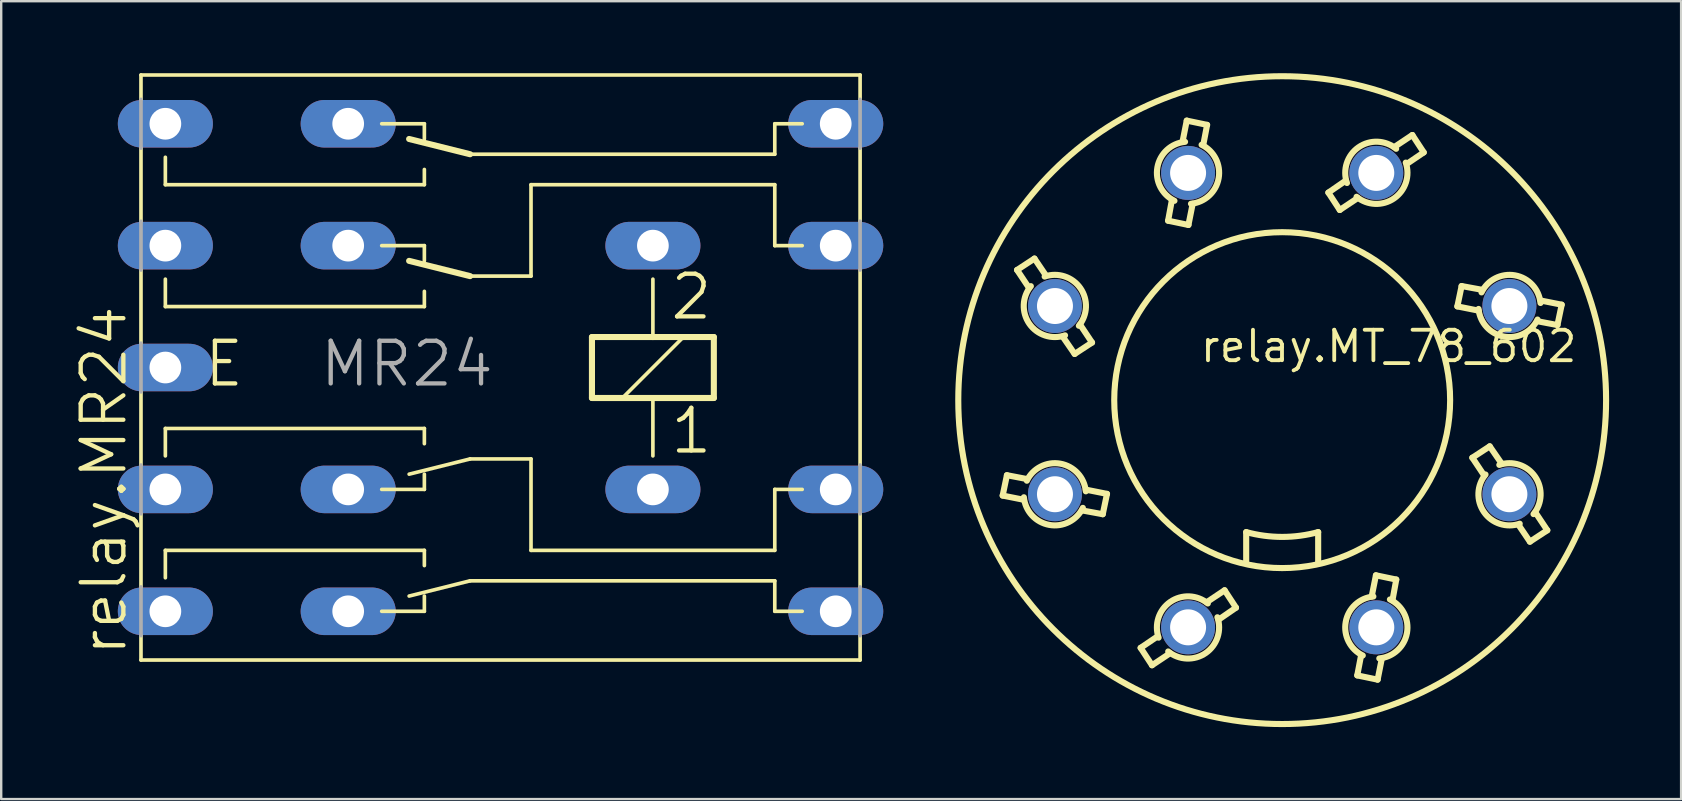
<source format=kicad_pcb>
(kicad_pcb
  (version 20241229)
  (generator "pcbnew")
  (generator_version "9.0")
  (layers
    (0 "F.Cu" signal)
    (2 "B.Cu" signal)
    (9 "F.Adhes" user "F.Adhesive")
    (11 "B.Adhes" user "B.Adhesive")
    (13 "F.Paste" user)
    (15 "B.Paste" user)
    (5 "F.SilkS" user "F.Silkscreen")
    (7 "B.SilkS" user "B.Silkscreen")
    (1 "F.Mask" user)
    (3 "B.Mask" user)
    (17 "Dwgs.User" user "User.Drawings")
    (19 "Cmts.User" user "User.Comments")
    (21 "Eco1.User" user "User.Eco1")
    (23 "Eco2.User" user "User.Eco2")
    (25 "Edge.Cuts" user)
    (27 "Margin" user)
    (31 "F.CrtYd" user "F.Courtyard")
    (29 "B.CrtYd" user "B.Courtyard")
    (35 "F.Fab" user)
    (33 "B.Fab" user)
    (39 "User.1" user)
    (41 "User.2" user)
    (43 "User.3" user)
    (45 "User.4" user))
  (footprint "relay.MR24"
    (layer "F.Cu")
    (at 8.922 12.268)
    (property "Reference" "relay.MR24" (at -6.604 12.116 90) (layer "F.SilkS") (effects (font (size 1.778 1.778) (thickness 0.18)) (justify left bottom)))
    (attr through_hole)
    (fp_line (start -6.096 -12.192) (end -6.096 -11.176) (stroke (width 0.152) (type default)) (layer "F.SilkS"))
    (fp_line (start -6.096 -9.144) (end -6.096 -6.096) (stroke (width 0.152) (type default)) (layer "F.SilkS"))
    (fp_line (start -6.096 -1.016) (end -6.096 -4.064) (stroke (width 0.152) (type default)) (layer "F.SilkS"))
    (fp_line (start -6.096 4.064) (end -6.096 1.016) (stroke (width 0.152) (type default)) (layer "F.SilkS"))
    (fp_line (start -6.096 9.144) (end -6.096 6.096) (stroke (width 0.152) (type default)) (layer "F.SilkS"))
    (fp_line (start -6.096 12.192) (end -6.096 11.176) (stroke (width 0.152) (type default)) (layer "F.SilkS"))
    (fp_line (start -6.096 12.192) (end 23.876 12.192) (stroke (width 0.152) (type default)) (layer "F.SilkS"))
    (fp_line (start -5.08 -8.763) (end -5.08 -7.62) (stroke (width 0.152) (type default)) (layer "F.SilkS"))
    (fp_line (start -5.08 -3.683) (end -5.08 -2.54) (stroke (width 0.152) (type default)) (layer "F.SilkS"))
    (fp_line (start -5.08 2.54) (end -5.08 3.683) (stroke (width 0.152) (type default)) (layer "F.SilkS"))
    (fp_line (start -5.08 7.62) (end -5.08 8.763) (stroke (width 0.152) (type default)) (layer "F.SilkS"))
    (fp_line (start 3.937 -10.16) (end 5.715 -10.16) (stroke (width 0.152) (type default)) (layer "F.SilkS"))
    (fp_line (start 3.937 -5.08) (end 5.715 -5.08) (stroke (width 0.152) (type default)) (layer "F.SilkS"))
    (fp_line (start 3.937 5.08) (end 5.715 5.08) (stroke (width 0.152) (type default)) (layer "F.SilkS"))
    (fp_line (start 3.937 10.16) (end 5.715 10.16) (stroke (width 0.152) (type default)) (layer "F.SilkS"))
    (fp_line (start 5.715 -10.16) (end 5.715 -9.525) (stroke (width 0.152) (type default)) (layer "F.SilkS"))
    (fp_line (start 5.715 -7.62) (end -5.08 -7.62) (stroke (width 0.152) (type default)) (layer "F.SilkS"))
    (fp_line (start 5.715 -7.62) (end 5.715 -8.255) (stroke (width 0.152) (type default)) (layer "F.SilkS"))
    (fp_line (start 5.715 -5.08) (end 5.715 -4.445) (stroke (width 0.152) (type default)) (layer "F.SilkS"))
    (fp_line (start 5.715 -2.54) (end -5.08 -2.54) (stroke (width 0.152) (type default)) (layer "F.SilkS"))
    (fp_line (start 5.715 -2.54) (end 5.715 -3.175) (stroke (width 0.152) (type default)) (layer "F.SilkS"))
    (fp_line (start 5.715 2.54) (end -5.08 2.54) (stroke (width 0.152) (type default)) (layer "F.SilkS"))
    (fp_line (start 5.715 2.54) (end 5.715 3.175) (stroke (width 0.152) (type default)) (layer "F.SilkS"))
    (fp_line (start 5.715 5.08) (end 5.715 4.445) (stroke (width 0.152) (type default)) (layer "F.SilkS"))
    (fp_line (start 5.715 7.62) (end -5.08 7.62) (stroke (width 0.152) (type default)) (layer "F.SilkS"))
    (fp_line (start 5.715 7.62) (end 5.715 8.255) (stroke (width 0.152) (type default)) (layer "F.SilkS"))
    (fp_line (start 5.715 10.16) (end 5.715 9.525) (stroke (width 0.152) (type default)) (layer "F.SilkS"))
    (fp_line (start 7.62 -8.89) (end 5.08 -9.525) (stroke (width 0.254) (type default)) (layer "F.SilkS"))
    (fp_line (start 7.62 -3.81) (end 5.08 -4.445) (stroke (width 0.254) (type default)) (layer "F.SilkS"))
    (fp_line (start 7.62 3.81) (end 5.08 4.445) (stroke (width 0.152) (type default)) (layer "F.SilkS"))
    (fp_line (start 7.62 8.89) (end 5.08 9.525) (stroke (width 0.152) (type default)) (layer "F.SilkS"))
    (fp_line (start 10.16 -7.62) (end 10.16 -3.81) (stroke (width 0.152) (type default)) (layer "F.SilkS"))
    (fp_line (start 10.16 -3.81) (end 7.62 -3.81) (stroke (width 0.152) (type default)) (layer "F.SilkS"))
    (fp_line (start 10.16 3.81) (end 7.62 3.81) (stroke (width 0.152) (type default)) (layer "F.SilkS"))
    (fp_line (start 10.16 3.81) (end 10.16 7.62) (stroke (width 0.152) (type default)) (layer "F.SilkS"))
    (fp_line (start 12.7 -1.27) (end 12.7 1.27) (stroke (width 0.254) (type default)) (layer "F.SilkS"))
    (fp_line (start 12.7 1.27) (end 13.97 1.27) (stroke (width 0.254) (type default)) (layer "F.SilkS"))
    (fp_line (start 13.97 1.27) (end 15.24 1.27) (stroke (width 0.254) (type default)) (layer "F.SilkS"))
    (fp_line (start 13.97 1.27) (end 16.51 -1.27) (stroke (width 0.152) (type default)) (layer "F.SilkS"))
    (fp_line (start 15.24 -3.683) (end 15.24 -1.27) (stroke (width 0.152) (type default)) (layer "F.SilkS"))
    (fp_line (start 15.24 -1.27) (end 12.7 -1.27) (stroke (width 0.254) (type default)) (layer "F.SilkS"))
    (fp_line (start 15.24 1.27) (end 15.24 3.683) (stroke (width 0.152) (type default)) (layer "F.SilkS"))
    (fp_line (start 15.24 1.27) (end 17.78 1.27) (stroke (width 0.254) (type default)) (layer "F.SilkS"))
    (fp_line (start 16.51 -1.27) (end 15.24 -1.27) (stroke (width 0.254) (type default)) (layer "F.SilkS"))
    (fp_line (start 17.78 -1.27) (end 16.51 -1.27) (stroke (width 0.254) (type default)) (layer "F.SilkS"))
    (fp_line (start 17.78 1.27) (end 17.78 -1.27) (stroke (width 0.254) (type default)) (layer "F.SilkS"))
    (fp_line (start 20.32 -10.16) (end 20.32 -8.89) (stroke (width 0.152) (type default)) (layer "F.SilkS"))
    (fp_line (start 20.32 -8.89) (end 7.62 -8.89) (stroke (width 0.152) (type default)) (layer "F.SilkS"))
    (fp_line (start 20.32 -7.62) (end 10.16 -7.62) (stroke (width 0.152) (type default)) (layer "F.SilkS"))
    (fp_line (start 20.32 -5.08) (end 20.32 -7.62) (stroke (width 0.152) (type default)) (layer "F.SilkS"))
    (fp_line (start 20.32 -5.08) (end 21.463 -5.08) (stroke (width 0.152) (type default)) (layer "F.SilkS"))
    (fp_line (start 20.32 5.08) (end 21.463 5.08) (stroke (width 0.152) (type default)) (layer "F.SilkS"))
    (fp_line (start 20.32 7.62) (end 10.16 7.62) (stroke (width 0.152) (type default)) (layer "F.SilkS"))
    (fp_line (start 20.32 7.62) (end 20.32 5.08) (stroke (width 0.152) (type default)) (layer "F.SilkS"))
    (fp_line (start 20.32 8.89) (end 7.62 8.89) (stroke (width 0.152) (type default)) (layer "F.SilkS"))
    (fp_line (start 20.32 8.89) (end 20.32 10.16) (stroke (width 0.152) (type default)) (layer "F.SilkS"))
    (fp_line (start 21.463 -10.16) (end 20.32 -10.16) (stroke (width 0.152) (type default)) (layer "F.SilkS"))
    (fp_line (start 21.463 10.16) (end 20.32 10.16) (stroke (width 0.152) (type default)) (layer "F.SilkS"))
    (fp_line (start 23.876 -12.192) (end -6.096 -12.192) (stroke (width 0.152) (type default)) (layer "F.SilkS"))
    (fp_line (start 23.876 -12.192) (end 23.876 -11.176) (stroke (width 0.152) (type default)) (layer "F.SilkS"))
    (fp_line (start 23.876 -9.144) (end 23.876 -6.096) (stroke (width 0.152) (type default)) (layer "F.SilkS"))
    (fp_line (start 23.876 4.064) (end 23.876 -4.064) (stroke (width 0.152) (type default)) (layer "F.SilkS"))
    (fp_line (start 23.876 9.144) (end 23.876 6.096) (stroke (width 0.152) (type default)) (layer "F.SilkS"))
    (fp_line (start 23.876 12.192) (end 23.876 11.176) (stroke (width 0.152) (type default)) (layer "F.SilkS"))
    (fp_line (start -6.096 -9.144) (end -6.096 -11.176) (stroke (width 0.152) (type default)) (layer "F.Fab"))
    (fp_line (start -6.096 -6.096) (end -6.096 -4.064) (stroke (width 0.152) (type default)) (layer "F.Fab"))
    (fp_line (start -6.096 -1.016) (end -6.096 1.016) (stroke (width 0.152) (type default)) (layer "F.Fab"))
    (fp_line (start -6.096 4.064) (end -6.096 6.096) (stroke (width 0.152) (type default)) (layer "F.Fab"))
    (fp_line (start -6.096 9.144) (end -6.096 11.176) (stroke (width 0.152) (type default)) (layer "F.Fab"))
    (fp_line (start 23.876 -9.144) (end 23.876 -11.176) (stroke (width 0.152) (type default)) (layer "F.Fab"))
    (fp_line (start 23.876 -4.064) (end 23.876 -6.096) (stroke (width 0.152) (type default)) (layer "F.Fab"))
    (fp_line (start 23.876 4.064) (end 23.876 6.096) (stroke (width 0.152) (type default)) (layer "F.Fab"))
    (fp_line (start 23.876 9.144) (end 23.876 11.176) (stroke (width 0.152) (type default)) (layer "F.Fab"))
    (fp_text user "E" (at -3.556 0.889 0) (layer "F.SilkS") (effects (font (size 1.778 1.778) (thickness 0.18)) (justify left bottom)))
    (fp_text user "2" (at 15.875 -1.905 0) (layer "F.SilkS") (effects (font (size 1.778 1.778) (thickness 0.18)) (justify left bottom)))
    (fp_text user "1" (at 15.875 3.683 0) (layer "F.SilkS") (effects (font (size 1.778 1.778) (thickness 0.18)) (justify left bottom)))
    (fp_text user "MR24" (at 1.27 0.889 0) (layer "F.Fab") (effects (font (size 1.778 1.778) (thickness 0.18)) (justify left bottom)))
    (pad "1" thru_hole oval (at 15.24 5.08) (size 3.962 1.981) (drill 1.321) (layers "*.Cu" "*.Mask"))
    (pad "2" thru_hole oval (at 15.24 -5.08) (size 3.962 1.981) (drill 1.321) (layers "*.Cu" "*.Mask"))
    (pad "E" thru_hole oval (at -5.08 0) (size 3.962 1.981) (drill 1.321) (layers "*.Cu" "*.Mask"))
    (pad "O1" thru_hole oval (at 2.54 10.16) (size 3.962 1.981) (drill 1.321) (layers "*.Cu" "*.Mask"))
    (pad "O2" thru_hole oval (at 2.54 5.08) (size 3.962 1.981) (drill 1.321) (layers "*.Cu" "*.Mask"))
    (pad "O3" thru_hole oval (at 2.54 -5.08) (size 3.962 1.981) (drill 1.321) (layers "*.Cu" "*.Mask"))
    (pad "O4" thru_hole oval (at 2.54 -10.16) (size 3.962 1.981) (drill 1.321) (layers "*.Cu" "*.Mask"))
    (pad "P1" thru_hole oval (at 22.86 10.16) (size 3.962 1.981) (drill 1.321) (layers "*.Cu" "*.Mask"))
    (pad "P2" thru_hole oval (at 22.86 5.08) (size 3.962 1.981) (drill 1.321) (layers "*.Cu" "*.Mask"))
    (pad "P3" thru_hole oval (at 22.86 -5.08) (size 3.962 1.981) (drill 1.321) (layers "*.Cu" "*.Mask"))
    (pad "P4" thru_hole oval (at 22.86 -10.16) (size 3.962 1.981) (drill 1.321) (layers "*.Cu" "*.Mask"))
    (pad "S1" thru_hole oval (at -5.08 10.16) (size 3.962 1.981) (drill 1.321) (layers "*.Cu" "*.Mask"))
    (pad "S2" thru_hole oval (at -5.08 5.08) (size 3.962 1.981) (drill 1.321) (layers "*.Cu" "*.Mask"))
    (pad "S3" thru_hole oval (at -5.08 -5.08) (size 3.962 1.981) (drill 1.321) (layers "*.Cu" "*.Mask"))
    (pad "S4" thru_hole oval (at -5.08 -10.16) (size 3.962 1.981) (drill 1.321) (layers "*.Cu" "*.Mask")))
  (footprint "relay.MT_78_602"
    (layer "F.Cu")
    (at 50.39 13.627)
    (property "Reference" "relay.MT_78_602" (at -3.5 -1.5 0) (layer "F.SilkS") (effects (font (size 1.27 1.27) (thickness 0.16)) (justify left bottom)))
    (attr through_hole)
    (fp_line (start -11.65 3.978) (end -11.473 3.129) (stroke (width 0.254) (type default)) (layer "F.SilkS"))
    (fp_line (start -11.473 3.129) (end -10.642 3.288) (stroke (width 0.254) (type default)) (layer "F.SilkS"))
    (fp_line (start -11.05 -5.425) (end -10.325 -5.9) (stroke (width 0.254) (type default)) (layer "F.SilkS"))
    (fp_line (start -10.766 4.154) (end -11.65 3.978) (stroke (width 0.254) (type default)) (layer "F.SilkS"))
    (fp_line (start -10.55 -4.675) (end -11.05 -5.425) (stroke (width 0.254) (type default)) (layer "F.SilkS"))
    (fp_line (start -10.325 -5.9) (end -9.85 -5.2) (stroke (width 0.254) (type default)) (layer "F.SilkS"))
    (fp_line (start -8.65 -1.925) (end -9.15 -2.65) (stroke (width 0.254) (type default)) (layer "F.SilkS"))
    (fp_line (start -8.425 -3.15) (end -7.925 -2.4) (stroke (width 0.254) (type default)) (layer "F.SilkS"))
    (fp_line (start -8.185 3.73) (end -7.301 3.907) (stroke (width 0.254) (type default)) (layer "F.SilkS"))
    (fp_line (start -7.925 -2.4) (end -8.65 -1.925) (stroke (width 0.254) (type default)) (layer "F.SilkS"))
    (fp_line (start -7.478 4.755) (end -8.344 4.596) (stroke (width 0.254) (type default)) (layer "F.SilkS"))
    (fp_line (start -7.301 3.907) (end -7.478 4.755) (stroke (width 0.254) (type default)) (layer "F.SilkS"))
    (fp_line (start -5.9 10.325) (end -5.2 9.85) (stroke (width 0.254) (type default)) (layer "F.SilkS"))
    (fp_line (start -5.425 11.05) (end -5.9 10.325) (stroke (width 0.254) (type default)) (layer "F.SilkS"))
    (fp_line (start -4.755 -7.478) (end -4.596 -8.344) (stroke (width 0.254) (type default)) (layer "F.SilkS"))
    (fp_line (start -4.675 10.55) (end -5.425 11.05) (stroke (width 0.254) (type default)) (layer "F.SilkS"))
    (fp_line (start -4.154 -10.766) (end -3.978 -11.65) (stroke (width 0.254) (type default)) (layer "F.SilkS"))
    (fp_line (start -3.978 -11.65) (end -3.129 -11.473) (stroke (width 0.254) (type default)) (layer "F.SilkS"))
    (fp_line (start -3.907 -7.301) (end -4.755 -7.478) (stroke (width 0.254) (type default)) (layer "F.SilkS"))
    (fp_line (start -3.73 -8.185) (end -3.907 -7.301) (stroke (width 0.254) (type default)) (layer "F.SilkS"))
    (fp_line (start -3.15 8.425) (end -2.4 7.925) (stroke (width 0.254) (type default)) (layer "F.SilkS"))
    (fp_line (start -3.129 -11.473) (end -3.288 -10.642) (stroke (width 0.254) (type default)) (layer "F.SilkS"))
    (fp_line (start -2.4 7.925) (end -1.925 8.65) (stroke (width 0.254) (type default)) (layer "F.SilkS"))
    (fp_line (start -1.925 8.65) (end -2.65 9.15) (stroke (width 0.254) (type default)) (layer "F.SilkS"))
    (fp_line (start -1.5 5.5) (end -1.5 6.8) (stroke (width 0.254) (type default)) (layer "F.SilkS"))
    (fp_line (start 1.5 5.5) (end 1.5 6.8) (stroke (width 0.254) (type default)) (layer "F.SilkS"))
    (fp_line (start 1.925 -8.65) (end 2.65 -9.15) (stroke (width 0.254) (type default)) (layer "F.SilkS"))
    (fp_line (start 2.4 -7.925) (end 1.925 -8.65) (stroke (width 0.254) (type default)) (layer "F.SilkS"))
    (fp_line (start 3.129 11.473) (end 3.288 10.642) (stroke (width 0.254) (type default)) (layer "F.SilkS"))
    (fp_line (start 3.15 -8.425) (end 2.4 -7.925) (stroke (width 0.254) (type default)) (layer "F.SilkS"))
    (fp_line (start 3.73 8.185) (end 3.907 7.301) (stroke (width 0.254) (type default)) (layer "F.SilkS"))
    (fp_line (start 3.907 7.301) (end 4.755 7.478) (stroke (width 0.254) (type default)) (layer "F.SilkS"))
    (fp_line (start 3.978 11.65) (end 3.129 11.473) (stroke (width 0.254) (type default)) (layer "F.SilkS"))
    (fp_line (start 4.154 10.766) (end 3.978 11.65) (stroke (width 0.254) (type default)) (layer "F.SilkS"))
    (fp_line (start 4.675 -10.55) (end 5.425 -11.05) (stroke (width 0.254) (type default)) (layer "F.SilkS"))
    (fp_line (start 4.755 7.478) (end 4.596 8.344) (stroke (width 0.254) (type default)) (layer "F.SilkS"))
    (fp_line (start 5.425 -11.05) (end 5.9 -10.325) (stroke (width 0.254) (type default)) (layer "F.SilkS"))
    (fp_line (start 5.9 -10.325) (end 5.2 -9.85) (stroke (width 0.254) (type default)) (layer "F.SilkS"))
    (fp_line (start 7.301 -3.907) (end 7.478 -4.755) (stroke (width 0.254) (type default)) (layer "F.SilkS"))
    (fp_line (start 7.478 -4.755) (end 8.344 -4.596) (stroke (width 0.254) (type default)) (layer "F.SilkS"))
    (fp_line (start 7.925 2.4) (end 8.65 1.925) (stroke (width 0.254) (type default)) (layer "F.SilkS"))
    (fp_line (start 8.185 -3.73) (end 7.301 -3.907) (stroke (width 0.254) (type default)) (layer "F.SilkS"))
    (fp_line (start 8.425 3.15) (end 7.925 2.4) (stroke (width 0.254) (type default)) (layer "F.SilkS"))
    (fp_line (start 8.65 1.925) (end 9.15 2.65) (stroke (width 0.254) (type default)) (layer "F.SilkS"))
    (fp_line (start 10.325 5.9) (end 9.85 5.2) (stroke (width 0.254) (type default)) (layer "F.SilkS"))
    (fp_line (start 10.55 4.675) (end 11.05 5.425) (stroke (width 0.254) (type default)) (layer "F.SilkS"))
    (fp_line (start 10.766 -4.154) (end 11.65 -3.978) (stroke (width 0.254) (type default)) (layer "F.SilkS"))
    (fp_line (start 11.05 5.425) (end 10.325 5.9) (stroke (width 0.254) (type default)) (layer "F.SilkS"))
    (fp_line (start 11.473 -3.129) (end 10.642 -3.288) (stroke (width 0.254) (type default)) (layer "F.SilkS"))
    (fp_line (start 11.65 -3.978) (end 11.473 -3.129) (stroke (width 0.254) (type default)) (layer "F.SilkS"))
    (fp_arc (start -10.6419 3.3589) (mid -9.245873 2.648363) (end -8.1848 3.8007) (stroke (width 0.254) (type default)) (layer "F.SilkS"))
    (fp_arc (start -9.9 -5.15) (mid -8.410443 -4.665149) (end -8.475 -3.1) (stroke (width 0.254) (type default)) (layer "F.SilkS"))
    (fp_arc (start -9.05 -2.7) (mid -10.539557 -3.184851) (end -10.475 -4.75) (stroke (width 0.254) (type default)) (layer "F.SilkS"))
    (fp_arc (start -8.3084 4.4901) (mid -9.704562 5.200647) (end -10.7657 4.0482) (stroke (width 0.254) (type default)) (layer "F.SilkS"))
    (fp_arc (start -5.15 9.9) (mid -4.665149 8.410443) (end -3.1 8.475) (stroke (width 0.254) (type default)) (layer "F.SilkS"))
    (fp_arc (start -4.4901 -8.3084) (mid -5.200647 -9.704562) (end -4.0482 -10.7657) (stroke (width 0.254) (type default)) (layer "F.SilkS"))
    (fp_arc (start -3.3589 -10.6419) (mid -2.648363 -9.245873) (end -3.8007 -8.1848) (stroke (width 0.254) (type default)) (layer "F.SilkS"))
    (fp_arc (start -2.7 9.05) (mid -3.184851 10.539557) (end -4.75 10.475) (stroke (width 0.254) (type default)) (layer "F.SilkS"))
    (fp_arc (start 1.5 5.5) (mid 0 5.700877) (end -1.5 5.5) (stroke (width 0.254) (type default)) (layer "F.SilkS"))
    (fp_arc (start 2.7 -9.05) (mid 3.184851 -10.539557) (end 4.75 -10.475) (stroke (width 0.254) (type default)) (layer "F.SilkS"))
    (fp_arc (start 3.3589 10.6419) (mid 2.648363 9.245873) (end 3.8007 8.1848) (stroke (width 0.254) (type default)) (layer "F.SilkS"))
    (fp_arc (start 4.4901 8.3084) (mid 5.200647 9.704562) (end 4.0482 10.7657) (stroke (width 0.254) (type default)) (layer "F.SilkS"))
    (fp_arc (start 5.15 -9.9) (mid 4.665149 -8.410443) (end 3.1 -8.475) (stroke (width 0.254) (type default)) (layer "F.SilkS"))
    (fp_arc (start 8.3084 -4.4901) (mid 9.704562 -5.200647) (end 10.7657 -4.0482) (stroke (width 0.254) (type default)) (layer "F.SilkS"))
    (fp_arc (start 9.05 2.7) (mid 10.539557 3.184851) (end 10.475 4.75) (stroke (width 0.254) (type default)) (layer "F.SilkS"))
    (fp_arc (start 9.9 5.15) (mid 8.410443 4.665149) (end 8.475 3.1) (stroke (width 0.254) (type default)) (layer "F.SilkS"))
    (fp_arc (start 10.6419 -3.3589) (mid 9.245873 -2.648363) (end 8.1848 -3.8007) (stroke (width 0.254) (type default)) (layer "F.SilkS"))
    (fp_circle (center 0 0) (end 7 0) (stroke (width 0.254) (type default)) (fill no) (layer "F.SilkS"))
    (fp_circle (center 0 0) (end 13.5 0) (stroke (width 0.254) (type default)) (fill no) (layer "F.SilkS"))
    (pad "1" thru_hole circle (at 9.47 -3.922) (size 2.25 2.25) (drill 1.5) (layers "*.Cu" "*.Mask"))
    (pad "2" thru_hole circle (at 3.922 -9.47) (size 2.25 2.25) (drill 1.5) (layers "*.Cu" "*.Mask"))
    (pad "3" thru_hole circle (at -3.922 -9.47) (size 2.25 2.25) (drill 1.5) (layers "*.Cu" "*.Mask"))
    (pad "4" thru_hole circle (at -9.47 -3.922) (size 2.25 2.25) (drill 1.5) (layers "*.Cu" "*.Mask"))
    (pad "5" thru_hole circle (at -9.47 3.922) (size 2.25 2.25) (drill 1.5) (layers "*.Cu" "*.Mask"))
    (pad "6" thru_hole circle (at -3.922 9.47) (size 2.25 2.25) (drill 1.5) (layers "*.Cu" "*.Mask"))
    (pad "7" thru_hole circle (at 3.922 9.47) (size 2.25 2.25) (drill 1.5) (layers "*.Cu" "*.Mask"))
    (pad "8" thru_hole circle (at 9.47 3.922) (size 2.25 2.25) (drill 1.5) (layers "*.Cu" "*.Mask")))
  (gr_rect
    (start -3 -3)
    (end 67.017 30.254)
    (stroke (width 0.1) (type default))
    (fill no)
    (layer "Edge.Cuts")))
</source>
